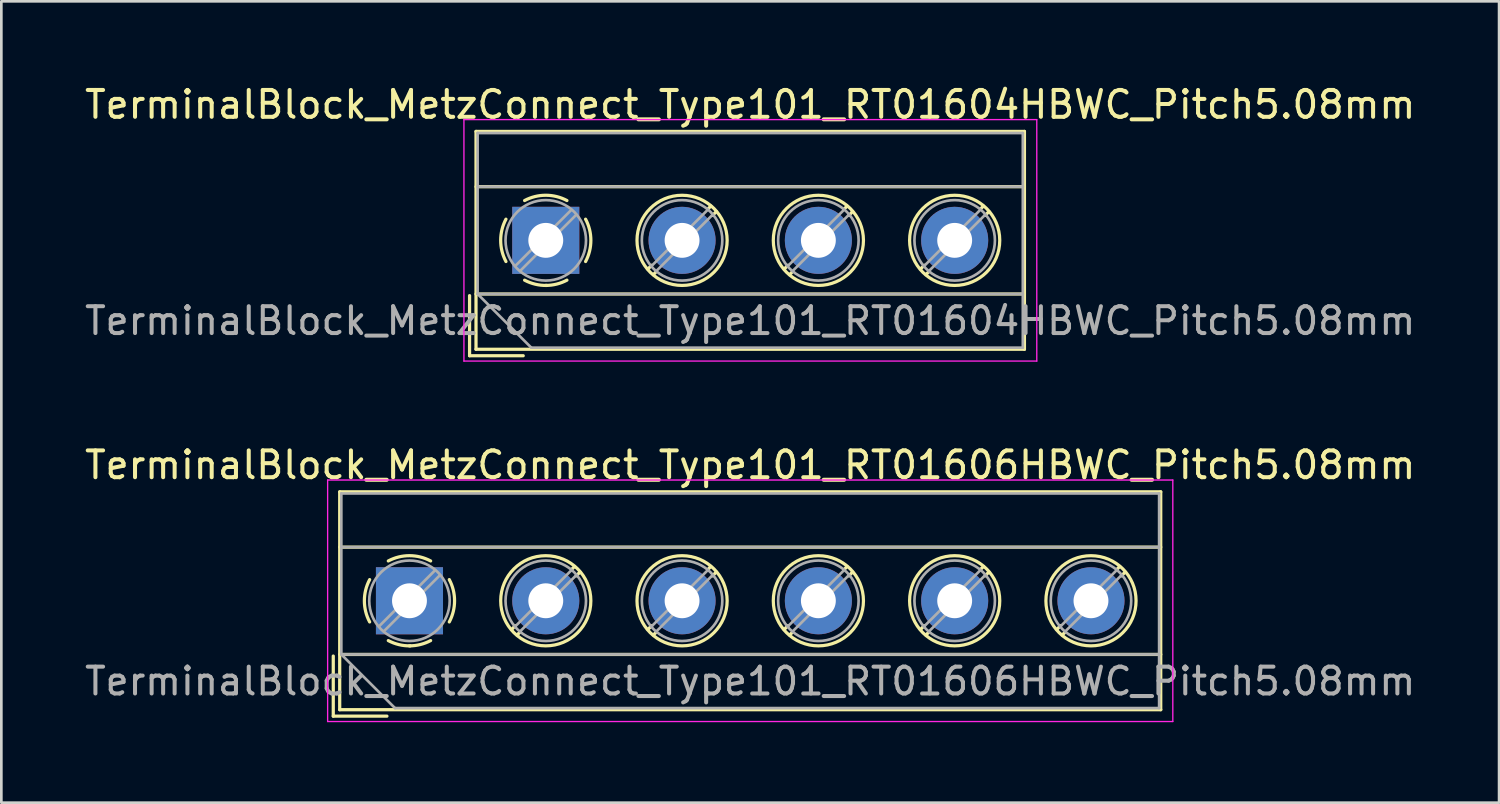
<source format=kicad_pcb>
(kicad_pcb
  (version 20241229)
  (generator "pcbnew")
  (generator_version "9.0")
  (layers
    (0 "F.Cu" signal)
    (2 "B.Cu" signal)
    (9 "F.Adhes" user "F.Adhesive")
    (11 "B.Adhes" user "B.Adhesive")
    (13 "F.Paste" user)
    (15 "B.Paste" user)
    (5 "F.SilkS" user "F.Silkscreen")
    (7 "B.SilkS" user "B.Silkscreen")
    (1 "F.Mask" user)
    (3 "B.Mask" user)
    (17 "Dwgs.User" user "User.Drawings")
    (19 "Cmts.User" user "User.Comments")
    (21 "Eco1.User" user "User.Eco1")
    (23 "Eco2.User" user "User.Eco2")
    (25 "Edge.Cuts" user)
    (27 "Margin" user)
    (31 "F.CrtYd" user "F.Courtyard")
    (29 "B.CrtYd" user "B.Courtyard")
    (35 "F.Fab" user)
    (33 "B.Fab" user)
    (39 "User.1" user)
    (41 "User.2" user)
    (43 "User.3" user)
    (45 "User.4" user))
  (footprint "TerminalBlock_MetzConnect_Type101_RT01604HBWC_Pitch5.08mm"
    (layer "F.Cu")
    (at 17.291 5.908)
    (property "Reference" "TerminalBlock_MetzConnect_Type101_RT01604HBWC_Pitch5.08mm" (at 7.62 -5.06 0) (layer "F.SilkS") (effects (font (size 1 1) (thickness 0.15))))
    (attr through_hole)
    (fp_line (start -2.84 2.06) (end -2.84 4.3) (stroke (width 0.12) (type solid)) (layer "F.SilkS"))
    (fp_line (start -2.84 4.3) (end -0.84 4.3) (stroke (width 0.12) (type solid)) (layer "F.SilkS"))
    (fp_line (start -2.6 -4.06) (end -2.6 4.06) (stroke (width 0.12) (type solid)) (layer "F.SilkS"))
    (fp_line (start -2.6 -2) (end 17.84 -2) (stroke (width 0.12) (type solid)) (layer "F.SilkS"))
    (fp_line (start -2.6 2) (end 17.84 2) (stroke (width 0.12) (type solid)) (layer "F.SilkS"))
    (fp_line (start -2.6 4.06) (end 17.84 4.06) (stroke (width 0.12) (type solid)) (layer "F.SilkS"))
    (fp_line (start 3.947 0.929) (end 3.806 1.069) (stroke (width 0.12) (type solid)) (layer "F.SilkS"))
    (fp_line (start 4.117 1.169) (end 4.011 1.274) (stroke (width 0.12) (type solid)) (layer "F.SilkS"))
    (fp_line (start 6.15 -1.275) (end 6.044 -1.169) (stroke (width 0.12) (type solid)) (layer "F.SilkS"))
    (fp_line (start 6.355 -1.069) (end 6.214 -0.929) (stroke (width 0.12) (type solid)) (layer "F.SilkS"))
    (fp_line (start 9.027 0.929) (end 8.886 1.069) (stroke (width 0.12) (type solid)) (layer "F.SilkS"))
    (fp_line (start 9.197 1.169) (end 9.091 1.274) (stroke (width 0.12) (type solid)) (layer "F.SilkS"))
    (fp_line (start 11.23 -1.275) (end 11.124 -1.169) (stroke (width 0.12) (type solid)) (layer "F.SilkS"))
    (fp_line (start 11.435 -1.069) (end 11.294 -0.929) (stroke (width 0.12) (type solid)) (layer "F.SilkS"))
    (fp_line (start 14.107 0.929) (end 13.966 1.069) (stroke (width 0.12) (type solid)) (layer "F.SilkS"))
    (fp_line (start 14.277 1.169) (end 14.171 1.274) (stroke (width 0.12) (type solid)) (layer "F.SilkS"))
    (fp_line (start 16.31 -1.275) (end 16.204 -1.169) (stroke (width 0.12) (type solid)) (layer "F.SilkS"))
    (fp_line (start 16.515 -1.069) (end 16.374 -0.929) (stroke (width 0.12) (type solid)) (layer "F.SilkS"))
    (fp_line (start 17.84 -4.06) (end -2.6 -4.06) (stroke (width 0.12) (type solid)) (layer "F.SilkS"))
    (fp_line (start 17.84 4.06) (end 17.84 -4.06) (stroke (width 0.12) (type solid)) (layer "F.SilkS"))
    (fp_arc (start -1.483953 0.789089) (mid -1.680708 0.00005) (end -1.484 -0.789) (stroke (width 0.12) (type solid)) (layer "F.SilkS"))
    (fp_arc (start -0.789089 -1.483953) (mid -0.00005 -1.680708) (end 0.789 -1.484) (stroke (width 0.12) (type solid)) (layer "F.SilkS"))
    (fp_arc (start 0.029383 1.68045) (mid -0.392304 1.634281) (end -0.789 1.484) (stroke (width 0.12) (type solid)) (layer "F.SilkS"))
    (fp_arc (start 0.788712 1.483352) (mid 0.406429 1.630097) (end 0 1.68) (stroke (width 0.12) (type solid)) (layer "F.SilkS"))
    (fp_arc (start 1.483953 -0.789089) (mid 1.680708 -0.00005) (end 1.484 0.789) (stroke (width 0.12) (type solid)) (layer "F.SilkS"))
    (fp_circle (center 5.08 0) (end 6.76 0) (stroke (width 0.12) (type solid)) (fill no) (layer "F.SilkS"))
    (fp_circle (center 10.16 0) (end 11.84 0) (stroke (width 0.12) (type solid)) (fill no) (layer "F.SilkS"))
    (fp_circle (center 15.24 0) (end 16.92 0) (stroke (width 0.12) (type solid)) (fill no) (layer "F.SilkS"))
    (fp_line (start -3.05 -4.5) (end -3.05 4.5) (stroke (width 0.05) (type solid)) (layer "F.CrtYd"))
    (fp_line (start -3.05 4.5) (end 18.3 4.5) (stroke (width 0.05) (type solid)) (layer "F.CrtYd"))
    (fp_line (start 18.3 -4.5) (end -3.05 -4.5) (stroke (width 0.05) (type solid)) (layer "F.CrtYd"))
    (fp_line (start 18.3 4.5) (end 18.3 -4.5) (stroke (width 0.05) (type solid)) (layer "F.CrtYd"))
    (fp_line (start -2.54 -4) (end 17.78 -4) (stroke (width 0.1) (type solid)) (layer "F.Fab"))
    (fp_line (start -2.54 -2) (end 17.78 -2) (stroke (width 0.1) (type solid)) (layer "F.Fab"))
    (fp_line (start -2.54 2) (end -2.54 -4) (stroke (width 0.1) (type solid)) (layer "F.Fab"))
    (fp_line (start -2.54 2) (end 17.78 2) (stroke (width 0.1) (type solid)) (layer "F.Fab"))
    (fp_line (start -0.54 4) (end -2.54 2) (stroke (width 0.1) (type solid)) (layer "F.Fab"))
    (fp_line (start 0.955 -1.138) (end -1.138 0.955) (stroke (width 0.1) (type solid)) (layer "F.Fab"))
    (fp_line (start 1.138 -0.955) (end -0.955 1.138) (stroke (width 0.1) (type solid)) (layer "F.Fab"))
    (fp_line (start 6.035 -1.138) (end 3.943 0.955) (stroke (width 0.1) (type solid)) (layer "F.Fab"))
    (fp_line (start 6.218 -0.955) (end 4.126 1.138) (stroke (width 0.1) (type solid)) (layer "F.Fab"))
    (fp_line (start 11.115 -1.138) (end 9.023 0.955) (stroke (width 0.1) (type solid)) (layer "F.Fab"))
    (fp_line (start 11.298 -0.955) (end 9.206 1.138) (stroke (width 0.1) (type solid)) (layer "F.Fab"))
    (fp_line (start 16.195 -1.138) (end 14.103 0.955) (stroke (width 0.1) (type solid)) (layer "F.Fab"))
    (fp_line (start 16.378 -0.955) (end 14.286 1.138) (stroke (width 0.1) (type solid)) (layer "F.Fab"))
    (fp_line (start 17.78 -4) (end 17.78 4) (stroke (width 0.1) (type solid)) (layer "F.Fab"))
    (fp_line (start 17.78 4) (end -0.54 4) (stroke (width 0.1) (type solid)) (layer "F.Fab"))
    (fp_circle (center 0 0) (end 1.5 0) (stroke (width 0.1) (type solid)) (fill no) (layer "F.Fab"))
    (fp_circle (center 5.08 0) (end 6.58 0) (stroke (width 0.1) (type solid)) (fill no) (layer "F.Fab"))
    (fp_circle (center 10.16 0) (end 11.66 0) (stroke (width 0.1) (type solid)) (fill no) (layer "F.Fab"))
    (fp_circle (center 15.24 0) (end 16.74 0) (stroke (width 0.1) (type solid)) (fill no) (layer "F.Fab"))
    (fp_text user "${REFERENCE}" (at 7.62 3 0) (layer "F.Fab") (effects (font (size 1 1) (thickness 0.15))))
    (pad "1" thru_hole rect (at 0 0) (size 2.5 2.5) (drill 1.3) (layers "*.Cu" "*.Mask"))
    (pad "2" thru_hole oval (at 5.08 0) (size 2.5 2.5) (drill 1.3) (layers "*.Cu" "*.Mask"))
    (pad "3" thru_hole oval (at 10.16 0) (size 2.5 2.5) (drill 1.3) (layers "*.Cu" "*.Mask"))
    (pad "4" thru_hole oval (at 15.24 0) (size 2.5 2.5) (drill 1.3) (layers "*.Cu" "*.Mask")))
  (footprint "TerminalBlock_MetzConnect_Type101_RT01606HBWC_Pitch5.08mm"
    (layer "F.Cu")
    (at 12.211 19.341)
    (property "Reference" "TerminalBlock_MetzConnect_Type101_RT01606HBWC_Pitch5.08mm" (at 12.7 -5.06 0) (layer "F.SilkS") (effects (font (size 1 1) (thickness 0.15))))
    (attr through_hole)
    (fp_line (start -2.84 2.06) (end -2.84 4.3) (stroke (width 0.12) (type solid)) (layer "F.SilkS"))
    (fp_line (start -2.84 4.3) (end -0.84 4.3) (stroke (width 0.12) (type solid)) (layer "F.SilkS"))
    (fp_line (start -2.6 -4.06) (end -2.6 4.06) (stroke (width 0.12) (type solid)) (layer "F.SilkS"))
    (fp_line (start -2.6 -2) (end 28 -2) (stroke (width 0.12) (type solid)) (layer "F.SilkS"))
    (fp_line (start -2.6 2) (end 28 2) (stroke (width 0.12) (type solid)) (layer "F.SilkS"))
    (fp_line (start -2.6 4.06) (end 28 4.06) (stroke (width 0.12) (type solid)) (layer "F.SilkS"))
    (fp_line (start 3.947 0.929) (end 3.806 1.069) (stroke (width 0.12) (type solid)) (layer "F.SilkS"))
    (fp_line (start 4.117 1.169) (end 4.011 1.274) (stroke (width 0.12) (type solid)) (layer "F.SilkS"))
    (fp_line (start 6.15 -1.275) (end 6.044 -1.169) (stroke (width 0.12) (type solid)) (layer "F.SilkS"))
    (fp_line (start 6.355 -1.069) (end 6.214 -0.929) (stroke (width 0.12) (type solid)) (layer "F.SilkS"))
    (fp_line (start 9.027 0.929) (end 8.886 1.069) (stroke (width 0.12) (type solid)) (layer "F.SilkS"))
    (fp_line (start 9.197 1.169) (end 9.091 1.274) (stroke (width 0.12) (type solid)) (layer "F.SilkS"))
    (fp_line (start 11.23 -1.275) (end 11.124 -1.169) (stroke (width 0.12) (type solid)) (layer "F.SilkS"))
    (fp_line (start 11.435 -1.069) (end 11.294 -0.929) (stroke (width 0.12) (type solid)) (layer "F.SilkS"))
    (fp_line (start 14.107 0.929) (end 13.966 1.069) (stroke (width 0.12) (type solid)) (layer "F.SilkS"))
    (fp_line (start 14.277 1.169) (end 14.171 1.274) (stroke (width 0.12) (type solid)) (layer "F.SilkS"))
    (fp_line (start 16.31 -1.275) (end 16.204 -1.169) (stroke (width 0.12) (type solid)) (layer "F.SilkS"))
    (fp_line (start 16.515 -1.069) (end 16.374 -0.929) (stroke (width 0.12) (type solid)) (layer "F.SilkS"))
    (fp_line (start 19.187 0.929) (end 19.046 1.069) (stroke (width 0.12) (type solid)) (layer "F.SilkS"))
    (fp_line (start 19.357 1.169) (end 19.251 1.274) (stroke (width 0.12) (type solid)) (layer "F.SilkS"))
    (fp_line (start 21.39 -1.275) (end 21.284 -1.169) (stroke (width 0.12) (type solid)) (layer "F.SilkS"))
    (fp_line (start 21.595 -1.069) (end 21.454 -0.929) (stroke (width 0.12) (type solid)) (layer "F.SilkS"))
    (fp_line (start 24.267 0.929) (end 24.126 1.069) (stroke (width 0.12) (type solid)) (layer "F.SilkS"))
    (fp_line (start 24.437 1.169) (end 24.331 1.274) (stroke (width 0.12) (type solid)) (layer "F.SilkS"))
    (fp_line (start 26.47 -1.275) (end 26.364 -1.169) (stroke (width 0.12) (type solid)) (layer "F.SilkS"))
    (fp_line (start 26.675 -1.069) (end 26.534 -0.929) (stroke (width 0.12) (type solid)) (layer "F.SilkS"))
    (fp_line (start 28 -4.06) (end -2.6 -4.06) (stroke (width 0.12) (type solid)) (layer "F.SilkS"))
    (fp_line (start 28 4.06) (end 28 -4.06) (stroke (width 0.12) (type solid)) (layer "F.SilkS"))
    (fp_arc (start -1.483953 0.789089) (mid -1.680708 0.00005) (end -1.484 -0.789) (stroke (width 0.12) (type solid)) (layer "F.SilkS"))
    (fp_arc (start -0.789089 -1.483953) (mid -0.00005 -1.680708) (end 0.789 -1.484) (stroke (width 0.12) (type solid)) (layer "F.SilkS"))
    (fp_arc (start 0.029383 1.68045) (mid -0.392304 1.634281) (end -0.789 1.484) (stroke (width 0.12) (type solid)) (layer "F.SilkS"))
    (fp_arc (start 0.788712 1.483352) (mid 0.406429 1.630097) (end 0 1.68) (stroke (width 0.12) (type solid)) (layer "F.SilkS"))
    (fp_arc (start 1.483953 -0.789089) (mid 1.680708 -0.00005) (end 1.484 0.789) (stroke (width 0.12) (type solid)) (layer "F.SilkS"))
    (fp_circle (center 5.08 0) (end 6.76 0) (stroke (width 0.12) (type solid)) (fill no) (layer "F.SilkS"))
    (fp_circle (center 10.16 0) (end 11.84 0) (stroke (width 0.12) (type solid)) (fill no) (layer "F.SilkS"))
    (fp_circle (center 15.24 0) (end 16.92 0) (stroke (width 0.12) (type solid)) (fill no) (layer "F.SilkS"))
    (fp_circle (center 20.32 0) (end 22 0) (stroke (width 0.12) (type solid)) (fill no) (layer "F.SilkS"))
    (fp_circle (center 25.4 0) (end 27.08 0) (stroke (width 0.12) (type solid)) (fill no) (layer "F.SilkS"))
    (fp_line (start -3.05 -4.5) (end -3.05 4.5) (stroke (width 0.05) (type solid)) (layer "F.CrtYd"))
    (fp_line (start -3.05 4.5) (end 28.45 4.5) (stroke (width 0.05) (type solid)) (layer "F.CrtYd"))
    (fp_line (start 28.45 -4.5) (end -3.05 -4.5) (stroke (width 0.05) (type solid)) (layer "F.CrtYd"))
    (fp_line (start 28.45 4.5) (end 28.45 -4.5) (stroke (width 0.05) (type solid)) (layer "F.CrtYd"))
    (fp_line (start -2.54 -4) (end 27.94 -4) (stroke (width 0.1) (type solid)) (layer "F.Fab"))
    (fp_line (start -2.54 -2) (end 27.94 -2) (stroke (width 0.1) (type solid)) (layer "F.Fab"))
    (fp_line (start -2.54 2) (end -2.54 -4) (stroke (width 0.1) (type solid)) (layer "F.Fab"))
    (fp_line (start -2.54 2) (end 27.94 2) (stroke (width 0.1) (type solid)) (layer "F.Fab"))
    (fp_line (start -0.54 4) (end -2.54 2) (stroke (width 0.1) (type solid)) (layer "F.Fab"))
    (fp_line (start 0.955 -1.138) (end -1.138 0.955) (stroke (width 0.1) (type solid)) (layer "F.Fab"))
    (fp_line (start 1.138 -0.955) (end -0.955 1.138) (stroke (width 0.1) (type solid)) (layer "F.Fab"))
    (fp_line (start 6.035 -1.138) (end 3.943 0.955) (stroke (width 0.1) (type solid)) (layer "F.Fab"))
    (fp_line (start 6.218 -0.955) (end 4.126 1.138) (stroke (width 0.1) (type solid)) (layer "F.Fab"))
    (fp_line (start 11.115 -1.138) (end 9.023 0.955) (stroke (width 0.1) (type solid)) (layer "F.Fab"))
    (fp_line (start 11.298 -0.955) (end 9.206 1.138) (stroke (width 0.1) (type solid)) (layer "F.Fab"))
    (fp_line (start 16.195 -1.138) (end 14.103 0.955) (stroke (width 0.1) (type solid)) (layer "F.Fab"))
    (fp_line (start 16.378 -0.955) (end 14.286 1.138) (stroke (width 0.1) (type solid)) (layer "F.Fab"))
    (fp_line (start 21.275 -1.138) (end 19.183 0.955) (stroke (width 0.1) (type solid)) (layer "F.Fab"))
    (fp_line (start 21.458 -0.955) (end 19.366 1.138) (stroke (width 0.1) (type solid)) (layer "F.Fab"))
    (fp_line (start 26.355 -1.138) (end 24.263 0.955) (stroke (width 0.1) (type solid)) (layer "F.Fab"))
    (fp_line (start 26.538 -0.955) (end 24.446 1.138) (stroke (width 0.1) (type solid)) (layer "F.Fab"))
    (fp_line (start 27.94 -4) (end 27.94 4) (stroke (width 0.1) (type solid)) (layer "F.Fab"))
    (fp_line (start 27.94 4) (end -0.54 4) (stroke (width 0.1) (type solid)) (layer "F.Fab"))
    (fp_circle (center 0 0) (end 1.5 0) (stroke (width 0.1) (type solid)) (fill no) (layer "F.Fab"))
    (fp_circle (center 5.08 0) (end 6.58 0) (stroke (width 0.1) (type solid)) (fill no) (layer "F.Fab"))
    (fp_circle (center 10.16 0) (end 11.66 0) (stroke (width 0.1) (type solid)) (fill no) (layer "F.Fab"))
    (fp_circle (center 15.24 0) (end 16.74 0) (stroke (width 0.1) (type solid)) (fill no) (layer "F.Fab"))
    (fp_circle (center 20.32 0) (end 21.82 0) (stroke (width 0.1) (type solid)) (fill no) (layer "F.Fab"))
    (fp_circle (center 25.4 0) (end 26.9 0) (stroke (width 0.1) (type solid)) (fill no) (layer "F.Fab"))
    (fp_text user "${REFERENCE}" (at 12.7 3 0) (layer "F.Fab") (effects (font (size 1 1) (thickness 0.15))))
    (pad "1" thru_hole rect (at 0 0) (size 2.5 2.5) (drill 1.3) (layers "*.Cu" "*.Mask"))
    (pad "2" thru_hole oval (at 5.08 0) (size 2.5 2.5) (drill 1.3) (layers "*.Cu" "*.Mask"))
    (pad "3" thru_hole oval (at 10.16 0) (size 2.5 2.5) (drill 1.3) (layers "*.Cu" "*.Mask"))
    (pad "4" thru_hole oval (at 15.24 0) (size 2.5 2.5) (drill 1.3) (layers "*.Cu" "*.Mask"))
    (pad "5" thru_hole oval (at 20.32 0) (size 2.5 2.5) (drill 1.3) (layers "*.Cu" "*.Mask"))
    (pad "6" thru_hole oval (at 25.4 0) (size 2.5 2.5) (drill 1.3) (layers "*.Cu" "*.Mask")))
  (gr_rect
    (start -3 -3)
    (end 52.821 26.866)
    (stroke (width 0.1) (type default))
    (fill no)
    (layer "Edge.Cuts")))
</source>
